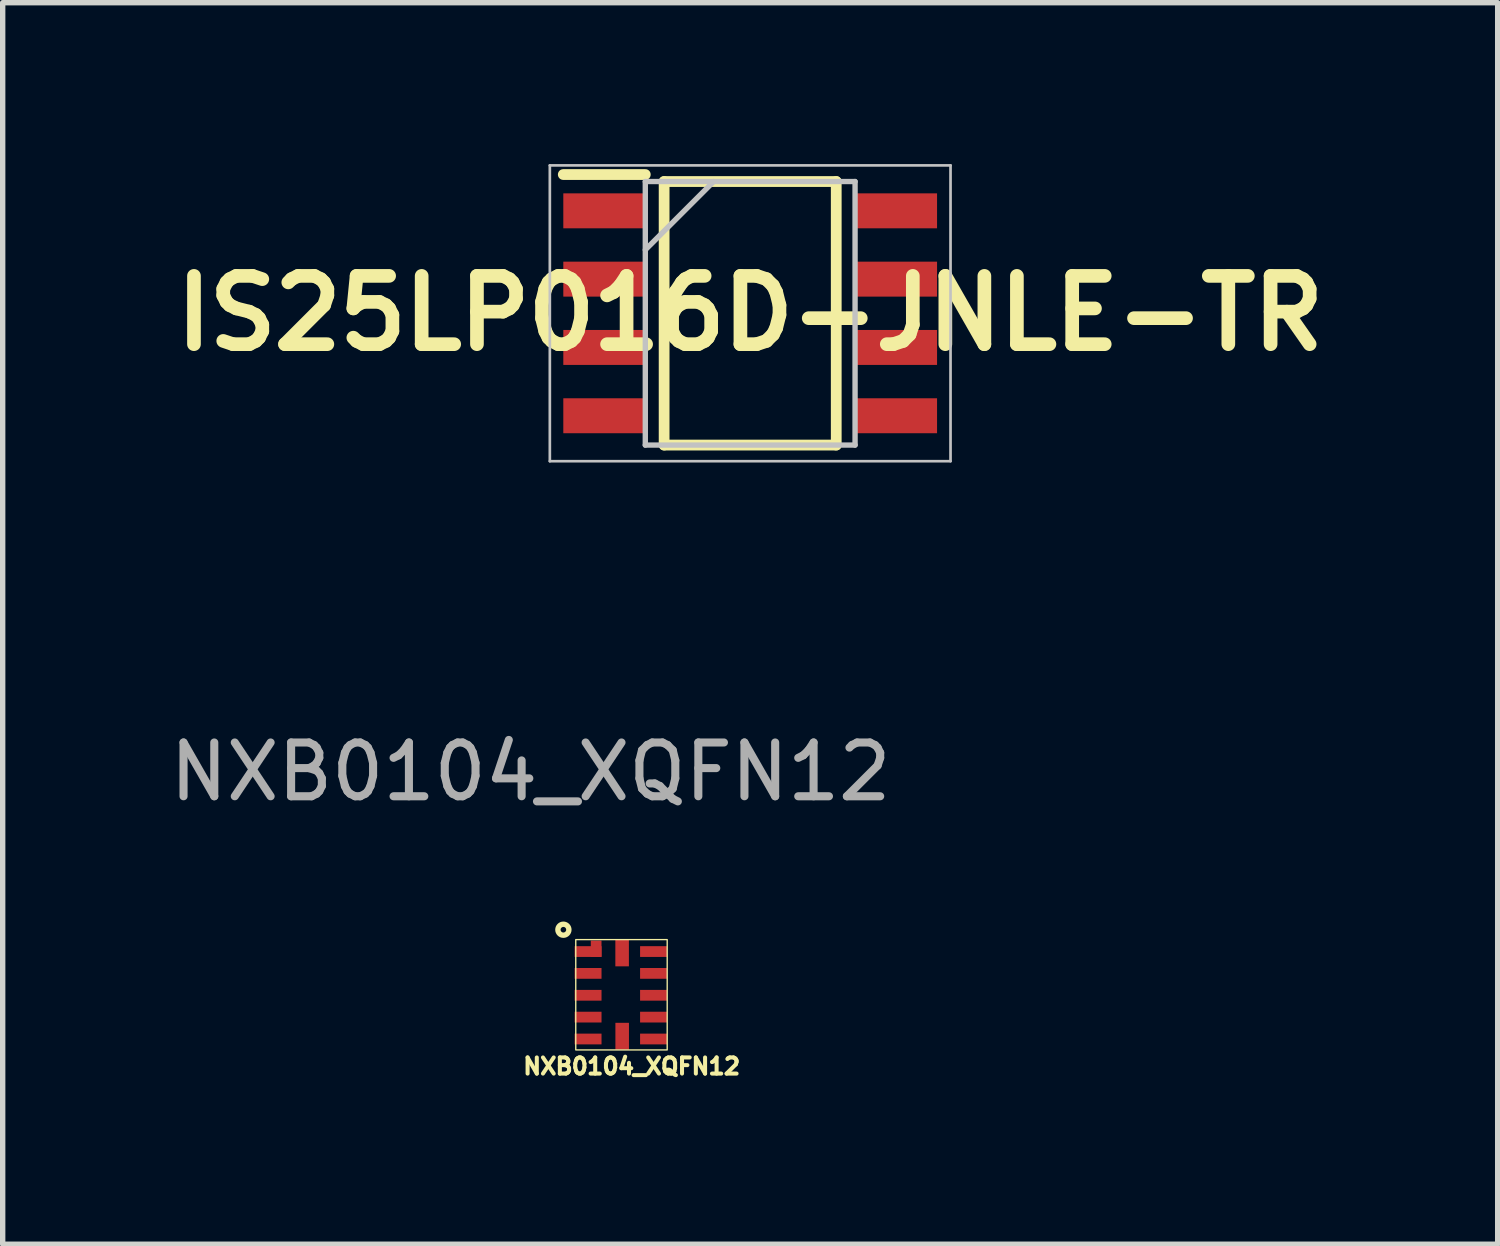
<source format=kicad_pcb>
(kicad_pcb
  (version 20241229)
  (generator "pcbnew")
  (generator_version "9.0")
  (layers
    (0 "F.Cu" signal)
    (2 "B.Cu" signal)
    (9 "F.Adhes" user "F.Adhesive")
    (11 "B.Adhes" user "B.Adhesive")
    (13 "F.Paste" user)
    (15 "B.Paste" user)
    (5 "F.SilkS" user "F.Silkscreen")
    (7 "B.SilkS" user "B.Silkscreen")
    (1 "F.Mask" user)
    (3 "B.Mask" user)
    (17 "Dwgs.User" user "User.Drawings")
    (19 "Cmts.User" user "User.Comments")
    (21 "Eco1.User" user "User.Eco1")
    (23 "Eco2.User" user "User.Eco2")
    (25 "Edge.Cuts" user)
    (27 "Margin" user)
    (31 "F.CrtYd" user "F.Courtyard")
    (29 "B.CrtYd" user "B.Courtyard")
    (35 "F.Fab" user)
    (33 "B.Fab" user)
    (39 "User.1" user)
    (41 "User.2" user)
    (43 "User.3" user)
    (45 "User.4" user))
  (footprint "NXB0104_XQFN12"
    (layer "F.Cu")
    (at 6.815 8.8)
    (property "Reference" "NXB0104_XQFN12" (at 1.88 7.976 0) (unlocked yes) (layer "F.SilkS") (effects (font (size 0.3 0.3) (thickness 0.075))))
    (attr smd)
    (fp_rect (start 0.84 5.62) (end 2.54 7.671) (stroke (width 0.025) (type default)) (fill no) (layer "F.SilkS"))
    (fp_circle (center 0.61 5.436) (end 0.61 5.334) (stroke (width 0.1) (type default)) (fill no) (layer "F.SilkS"))
    (fp_text user "${REFERENCE}" (at 0 2.5 0) (unlocked yes) (layer "F.Fab") (effects (font (size 1 1) (thickness 0.15))))
    (pad "1" smd rect (at 1.069 5.842) (size 0.5 0.2) (layers "F.Cu" "F.Mask" "F.Paste"))
    (pad "1" smd rect (at 1.219 5.79 270) (size 0.303 0.199) (layers "F.Cu" "F.Mask" "F.Paste"))
    (pad "2" smd rect (at 1.069 6.248) (size 0.5 0.2) (layers "F.Cu" "F.Mask" "F.Paste"))
    (pad "3" smd rect (at 1.069 6.655) (size 0.5 0.2) (layers "F.Cu" "F.Mask" "F.Paste"))
    (pad "4" smd rect (at 1.069 7.061) (size 0.5 0.2) (layers "F.Cu" "F.Mask" "F.Paste"))
    (pad "5" smd rect (at 1.069 7.468) (size 0.5 0.2) (layers "F.Cu" "F.Mask" "F.Paste"))
    (pad "6" smd rect (at 1.703 7.417 90) (size 0.5 0.252) (layers "F.Cu" "F.Mask" "F.Paste"))
    (pad "7" smd rect (at 2.286 7.468) (size 0.5 0.2) (layers "F.Cu" "F.Mask" "F.Paste"))
    (pad "8" smd rect (at 2.286 7.061) (size 0.5 0.2) (layers "F.Cu" "F.Mask" "F.Paste"))
    (pad "9" smd rect (at 2.286 6.655) (size 0.5 0.2) (layers "F.Cu" "F.Mask" "F.Paste"))
    (pad "10" smd rect (at 2.286 6.248) (size 0.5 0.2) (layers "F.Cu" "F.Mask" "F.Paste"))
    (pad "11" smd rect (at 2.286 5.842) (size 0.5 0.2) (layers "F.Cu" "F.Mask" "F.Paste"))
    (pad "12" smd rect (at 1.702 5.867 90) (size 0.5 0.252) (layers "F.Cu" "F.Mask" "F.Paste")))
  (footprint "IS25LP016D-JNLE-TR"
    (layer "F.Cu")
    (at 10.898 2.775)
    (property "Reference" "IS25LP016D-JNLE-TR" (at 0 0 0) (unlocked yes) (layer "F.SilkS") (effects (font (size 1.27 1.27) (thickness 0.254))))
    (attr smd)
    (fp_line (start -3.475 -2.58) (end -1.95 -2.58) (stroke (width 0.2) (type solid)) (layer "F.SilkS"))
    (fp_line (start -1.6 -2.45) (end 1.6 -2.45) (stroke (width 0.2) (type solid)) (layer "F.SilkS"))
    (fp_line (start -1.6 2.45) (end -1.6 -2.45) (stroke (width 0.2) (type solid)) (layer "F.SilkS"))
    (fp_line (start 1.6 -2.45) (end 1.6 2.45) (stroke (width 0.2) (type solid)) (layer "F.SilkS"))
    (fp_line (start 1.6 2.45) (end -1.6 2.45) (stroke (width 0.2) (type solid)) (layer "F.SilkS"))
    (fp_line (start -3.725 -2.75) (end 3.725 -2.75) (stroke (width 0.05) (type solid)) (layer "Dwgs.User"))
    (fp_line (start -3.725 2.75) (end -3.725 -2.75) (stroke (width 0.05) (type solid)) (layer "Dwgs.User"))
    (fp_line (start -1.95 -2.45) (end 1.95 -2.45) (stroke (width 0.1) (type solid)) (layer "Dwgs.User"))
    (fp_line (start -1.95 -1.18) (end -0.68 -2.45) (stroke (width 0.1) (type solid)) (layer "Dwgs.User"))
    (fp_line (start -1.95 2.45) (end -1.95 -2.45) (stroke (width 0.1) (type solid)) (layer "Dwgs.User"))
    (fp_line (start 1.95 -2.45) (end 1.95 2.45) (stroke (width 0.1) (type solid)) (layer "Dwgs.User"))
    (fp_line (start 1.95 2.45) (end -1.95 2.45) (stroke (width 0.1) (type solid)) (layer "Dwgs.User"))
    (fp_line (start 3.725 -2.75) (end 3.725 2.75) (stroke (width 0.05) (type solid)) (layer "Dwgs.User"))
    (fp_line (start 3.725 2.75) (end -3.725 2.75) (stroke (width 0.05) (type solid)) (layer "Dwgs.User"))
    (pad "1" smd rect (at -2.712 -1.905 90) (size 0.65 1.525) (layers "F.Cu" "F.Mask" "F.Paste"))
    (pad "2" smd rect (at -2.712 -0.635 90) (size 0.65 1.525) (layers "F.Cu" "F.Mask" "F.Paste"))
    (pad "3" smd rect (at -2.712 0.635 90) (size 0.65 1.525) (layers "F.Cu" "F.Mask" "F.Paste"))
    (pad "4" smd rect (at -2.712 1.905 90) (size 0.65 1.525) (layers "F.Cu" "F.Mask" "F.Paste"))
    (pad "5" smd rect (at 2.712 1.905 90) (size 0.65 1.525) (layers "F.Cu" "F.Mask" "F.Paste"))
    (pad "6" smd rect (at 2.712 0.635 90) (size 0.65 1.525) (layers "F.Cu" "F.Mask" "F.Paste"))
    (pad "7" smd rect (at 2.712 -0.635 90) (size 0.65 1.525) (layers "F.Cu" "F.Mask" "F.Paste"))
    (pad "8" smd rect (at 2.712 -1.905 90) (size 0.65 1.525) (layers "F.Cu" "F.Mask" "F.Paste")))
  (gr_rect
    (start -3 -3)
    (end 24.796 20.083)
    (stroke (width 0.1) (type default))
    (fill no)
    (layer "Edge.Cuts")))
</source>
